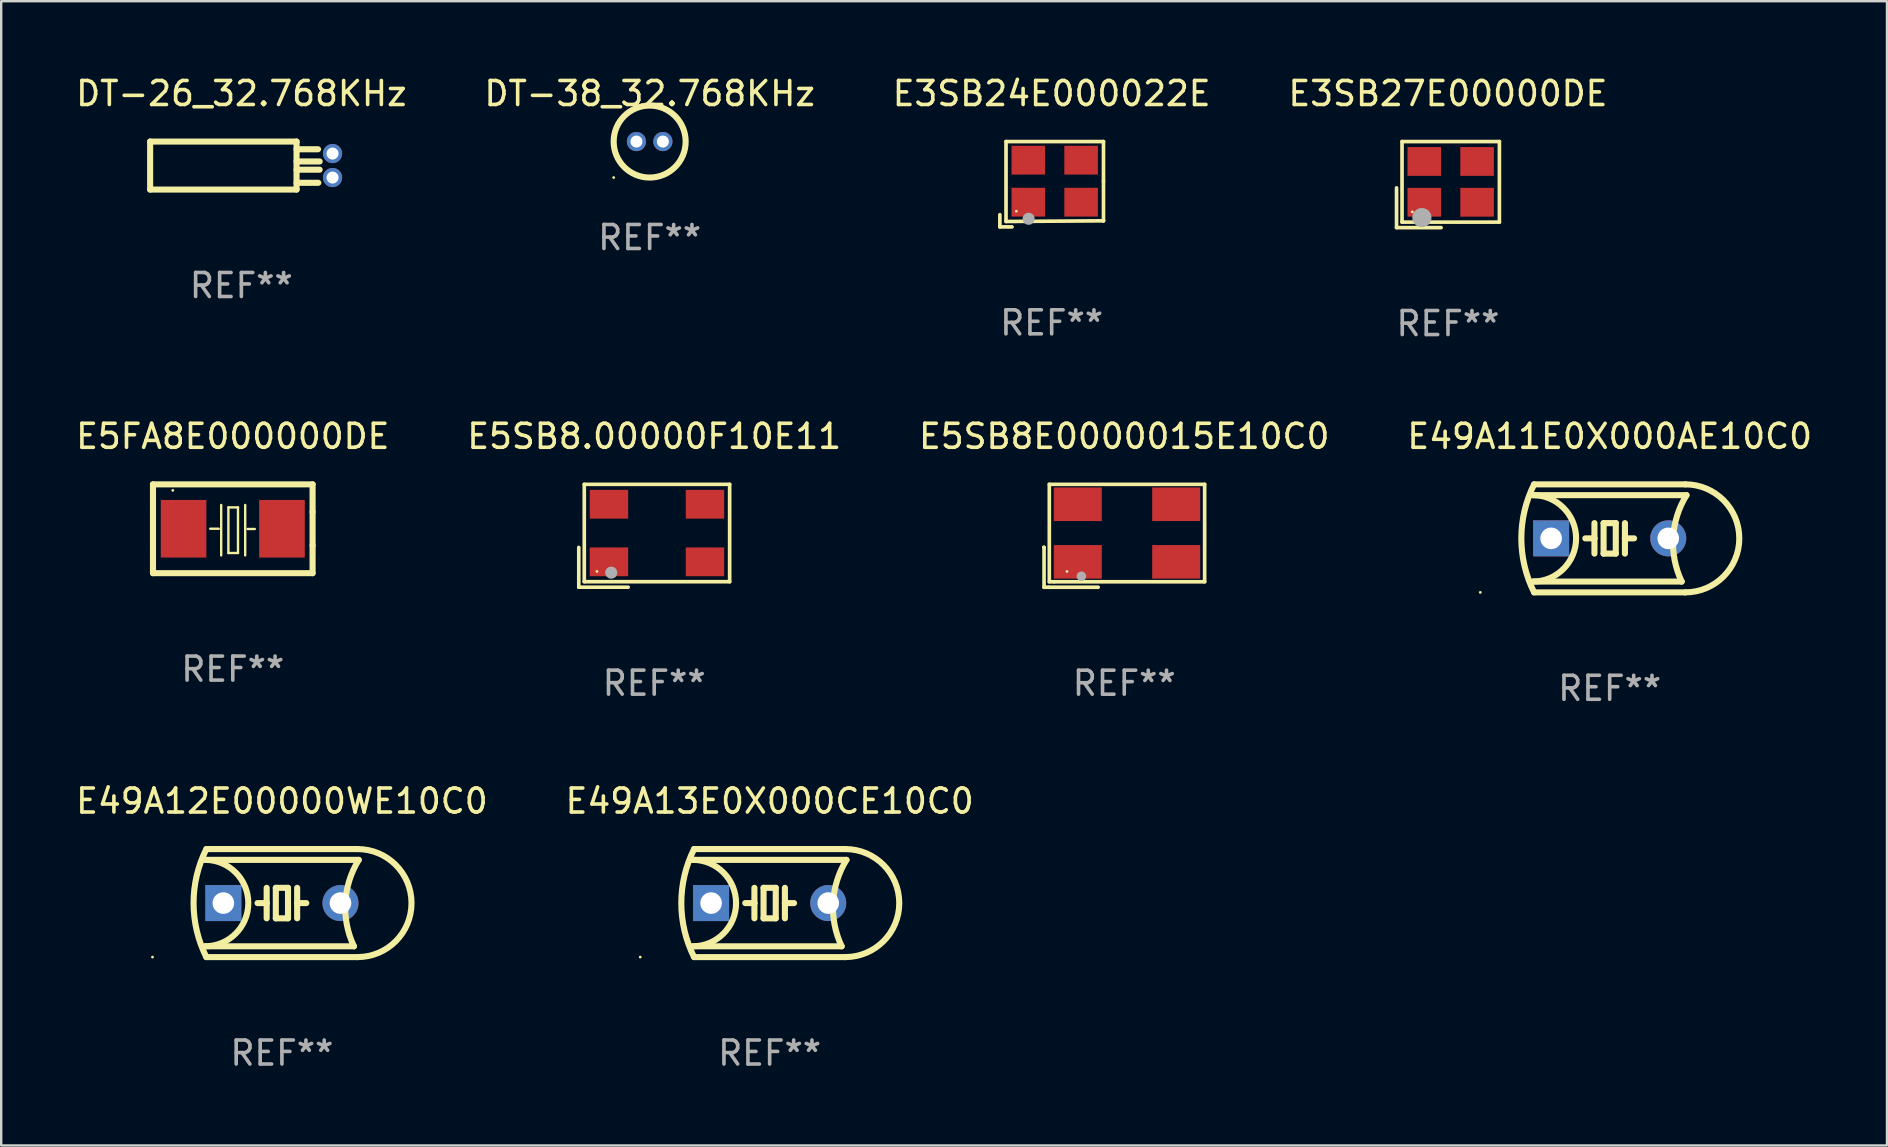
<source format=kicad_pcb>
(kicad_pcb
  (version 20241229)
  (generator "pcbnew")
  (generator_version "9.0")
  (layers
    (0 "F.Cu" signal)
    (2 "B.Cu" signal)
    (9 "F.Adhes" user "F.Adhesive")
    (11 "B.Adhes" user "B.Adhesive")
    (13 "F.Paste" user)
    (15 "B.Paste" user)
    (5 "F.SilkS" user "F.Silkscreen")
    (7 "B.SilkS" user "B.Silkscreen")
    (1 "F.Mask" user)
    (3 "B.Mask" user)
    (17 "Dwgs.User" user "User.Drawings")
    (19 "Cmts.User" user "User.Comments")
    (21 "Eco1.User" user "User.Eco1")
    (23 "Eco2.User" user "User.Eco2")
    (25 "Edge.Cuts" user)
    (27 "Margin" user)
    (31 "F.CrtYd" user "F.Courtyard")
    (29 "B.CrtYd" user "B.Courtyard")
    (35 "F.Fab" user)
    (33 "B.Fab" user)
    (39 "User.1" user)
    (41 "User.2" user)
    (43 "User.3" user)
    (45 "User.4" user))
  (footprint "E3SB27E00000DE"
    (layer "F.Cu")
    (at 57.28 4.641)
    (property "Reference" "E3SB27E00000DE" (at 0 -3.793 0) (layer "F.SilkS") (effects (font (size 1 1) (thickness 0.15))))
    (attr through_hole)
    (fp_line (start -2.143 0.136) (end -2.143 1.793) (stroke (width 0.152) (type solid)) (layer "F.SilkS"))
    (fp_line (start -2.143 1.793) (end -0.286 1.793) (stroke (width 0.152) (type solid)) (layer "F.SilkS"))
    (fp_line (start -1.914 -1.793) (end 2.143 -1.793) (stroke (width 0.152) (type solid)) (layer "F.SilkS"))
    (fp_line (start -1.914 1.564) (end -1.914 -1.793) (stroke (width 0.152) (type solid)) (layer "F.SilkS"))
    (fp_line (start 2.143 -1.793) (end 2.143 1.564) (stroke (width 0.152) (type solid)) (layer "F.SilkS"))
    (fp_line (start 2.143 1.564) (end -1.914 1.564) (stroke (width 0.152) (type solid)) (layer "F.SilkS"))
    (fp_circle (center -1.486 1.136) (end -1.456 1.136) (stroke (width 0.06) (type solid)) (fill no) (layer "F.SilkS"))
    (fp_circle (center -1.086 1.376) (end -0.886 1.376) (stroke (width 0.4) (type solid)) (fill no) (layer "F.Fab"))
    (fp_text user "REF**" (at 0 5.793 0) (layer "F.Fab") (effects (font (size 1 1) (thickness 0.15))))
    (pad "1" smd rect (at -0.986 0.736) (size 1.4 1.2) (layers "F.Cu" "F.Mask" "F.Paste"))
    (pad "2" smd rect (at 1.214 0.736) (size 1.4 1.2) (layers "F.Cu" "F.Mask" "F.Paste"))
    (pad "3" smd rect (at 1.214 -0.964) (size 1.4 1.2) (layers "F.Cu" "F.Mask" "F.Paste"))
    (pad "4" smd rect (at -0.986 -0.964) (size 1.4 1.2) (layers "F.Cu" "F.Mask" "F.Paste")))
  (footprint "E5SB8E0000015E10C0"
    (layer "F.Cu")
    (at 43.792 19.274)
    (property "Reference" "E5SB8E0000015E10C0" (at 0 -4.144 0) (layer "F.SilkS") (effects (font (size 1 1) (thickness 0.15))))
    (attr through_hole)
    (fp_line (start -3.35 0.476) (end -3.341 0.485) (stroke (width 0.152) (type solid)) (layer "F.SilkS"))
    (fp_line (start -3.341 0.485) (end -3.341 2.144) (stroke (width 0.152) (type solid)) (layer "F.SilkS"))
    (fp_line (start -3.341 2.144) (end -3.143 2.144) (stroke (width 0.152) (type solid)) (layer "F.SilkS"))
    (fp_line (start -3.143 2.144) (end -1.085 2.144) (stroke (width 0.152) (type solid)) (layer "F.SilkS"))
    (fp_line (start -3.122 -2.144) (end 3.35 -2.144) (stroke (width 0.152) (type solid)) (layer "F.SilkS"))
    (fp_line (start -3.122 1.915) (end -3.122 -2.144) (stroke (width 0.152) (type solid)) (layer "F.SilkS"))
    (fp_line (start -2.914 1.915) (end -3.122 1.915) (stroke (width 0.152) (type solid)) (layer "F.SilkS"))
    (fp_line (start 3.35 -2.144) (end 3.35 1.915) (stroke (width 0.152) (type solid)) (layer "F.SilkS"))
    (fp_line (start 3.35 1.915) (end -2.914 1.915) (stroke (width 0.152) (type solid)) (layer "F.SilkS"))
    (fp_circle (center -2.386 1.486) (end -2.356 1.486) (stroke (width 0.06) (type solid)) (fill no) (layer "F.SilkS"))
    (fp_circle (center -1.786 1.686) (end -1.686 1.686) (stroke (width 0.2) (type solid)) (fill no) (layer "F.Fab"))
    (fp_text user "REF**" (at 0 6.144 0) (layer "F.Fab") (effects (font (size 1 1) (thickness 0.15))))
    (pad "1" smd rect (at -1.936 1.086) (size 2 1.4) (layers "F.Cu" "F.Mask" "F.Paste"))
    (pad "2" smd rect (at 2.164 1.086) (size 2 1.4) (layers "F.Cu" "F.Mask" "F.Paste"))
    (pad "3" smd rect (at 2.164 -1.314) (size 2 1.4) (layers "F.Cu" "F.Mask" "F.Paste"))
    (pad "4" smd rect (at -1.936 -1.314) (size 2 1.4) (layers "F.Cu" "F.Mask" "F.Paste")))
  (footprint "E5FA8E000000DE"
    (layer "F.Cu")
    (at 6.649 18.981)
    (property "Reference" "E5FA8E000000DE" (at 0 -3.85 0) (layer "F.SilkS") (effects (font (size 1 1) (thickness 0.15))))
    (attr through_hole)
    (fp_line (start -3.325 0.7) (end -3.325 -0.7) (stroke (width 0.254) (type solid)) (layer "F.SilkS"))
    (fp_line (start -3.325 -1.85) (end 3.325 -1.85) (stroke (width 0.254) (type solid)) (layer "F.SilkS"))
    (fp_line (start -3.325 -0.7) (end -3.325 -1.85) (stroke (width 0.254) (type solid)) (layer "F.SilkS"))
    (fp_line (start -3.325 1.85) (end -3.325 0.7) (stroke (width 0.254) (type solid)) (layer "F.SilkS"))
    (fp_line (start -0.94 -0.000127) (end -0.584 -0.000127) (stroke (width 0.1) (type solid)) (layer "F.SilkS"))
    (fp_line (start -0.483 -0.991) (end -0.483 1.109) (stroke (width 0.1) (type solid)) (layer "F.SilkS"))
    (fp_line (start -0.183 -0.891) (end -0.183 1.009) (stroke (width 0.1) (type solid)) (layer "F.SilkS"))
    (fp_line (start -0.183 1.009) (end 0.217 1.009) (stroke (width 0.1) (type solid)) (layer "F.SilkS"))
    (fp_line (start 0.217 -0.891) (end -0.183 -0.891) (stroke (width 0.1) (type solid)) (layer "F.SilkS"))
    (fp_line (start 0.217 1.009) (end 0.217 -0.891) (stroke (width 0.1) (type solid)) (layer "F.SilkS"))
    (fp_line (start 0.517 -0.991) (end 0.517 1.109) (stroke (width 0.1) (type solid)) (layer "F.SilkS"))
    (fp_line (start 0.617 0.009) (end 0.917 0.009) (stroke (width 0.1) (type solid)) (layer "F.SilkS"))
    (fp_line (start 3.325 -1.85) (end 3.325 -0.7) (stroke (width 0.254) (type solid)) (layer "F.SilkS"))
    (fp_line (start 3.325 0.7) (end 3.325 1.85) (stroke (width 0.254) (type solid)) (layer "F.SilkS"))
    (fp_line (start 3.325 1.85) (end -3.325 1.85) (stroke (width 0.254) (type solid)) (layer "F.SilkS"))
    (fp_line (start 3.325 -0.7) (end 3.325 0.7) (stroke (width 0.254) (type solid)) (layer "F.SilkS"))
    (fp_circle (center -2.5 -1.6) (end -2.47 -1.6) (stroke (width 0.06) (type solid)) (fill no) (layer "F.SilkS"))
    (fp_text user "REF**" (at 0 5.85 0) (layer "F.Fab") (effects (font (size 1 1) (thickness 0.15))))
    (pad "1" smd rect (at -2.05 -0.000203) (size 1.9 2.4) (layers "F.Cu" "F.Mask" "F.Paste"))
    (pad "2" smd rect (at 2.05 -0.000203) (size 1.9 2.4) (layers "F.Cu" "F.Mask" "F.Paste")))
  (footprint "E49A12E00000WE10C0"
    (layer "F.Cu")
    (at 8.696 34.577)
    (property "Reference" "E49A12E00000WE10C0" (at 0 -4.25 0) (layer "F.SilkS") (effects (font (size 1 1) (thickness 0.15))))
    (attr through_hole)
    (fp_line (start -3.2 -1.8) (end 3.2 -1.8) (stroke (width 0.254) (type solid)) (layer "F.SilkS"))
    (fp_line (start -3.15 2.25) (end 3.15 2.25) (stroke (width 0.254) (type solid)) (layer "F.SilkS"))
    (fp_line (start -0.635 -0.635) (end -0.635 0) (stroke (width 0.254) (type solid)) (layer "F.SilkS"))
    (fp_line (start -0.635 0) (end -1.016 0) (stroke (width 0.254) (type solid)) (layer "F.SilkS"))
    (fp_line (start -0.635 0) (end -0.635 0.635) (stroke (width 0.254) (type solid)) (layer "F.SilkS"))
    (fp_line (start -0.254 -0.635) (end -0.254 0.635) (stroke (width 0.254) (type solid)) (layer "F.SilkS"))
    (fp_line (start -0.254 0.635) (end 0.254 0.635) (stroke (width 0.254) (type solid)) (layer "F.SilkS"))
    (fp_line (start 0.254 -0.635) (end -0.254 -0.635) (stroke (width 0.254) (type solid)) (layer "F.SilkS"))
    (fp_line (start 0.254 0.635) (end 0.254 -0.635) (stroke (width 0.254) (type solid)) (layer "F.SilkS"))
    (fp_line (start 0.635 -0.635) (end 0.635 0) (stroke (width 0.254) (type solid)) (layer "F.SilkS"))
    (fp_line (start 0.635 0) (end 0.635 0.635) (stroke (width 0.254) (type solid)) (layer "F.SilkS"))
    (fp_line (start 0.635 0) (end 1.016 0) (stroke (width 0.254) (type solid)) (layer "F.SilkS"))
    (fp_line (start 3 1.8) (end -3.2 1.8) (stroke (width 0.254) (type solid)) (layer "F.SilkS"))
    (fp_line (start 3.15 -2.25) (end -3.15 -2.25) (stroke (width 0.254) (type solid)) (layer "F.SilkS"))
    (fp_arc (start -3.200406 -1.800864) (mid -1.399974 -0.000635) (end -3.2 1.8) (stroke (width 0.254001) (type solid)) (layer "F.SilkS"))
    (fp_arc (start -3.149606 2.250444) (mid -3.680941 0.000261) (end -3.149987 -2.250013) (stroke (width 0.254001) (type solid)) (layer "F.SilkS"))
    (fp_arc (start 2.999746 1.800863) (mid 2.642982 -0.024977) (end 3.2 -1.8) (stroke (width 0.254001) (type solid)) (layer "F.SilkS"))
    (fp_arc (start 3.149607 -2.250445) (mid 5.399848 -0.000406) (end 3.149987 2.250013) (stroke (width 0.254001) (type solid)) (layer "F.SilkS"))
    (fp_circle (center -5.392 2.25) (end -5.362 2.25) (stroke (width 0.06) (type solid)) (fill no) (layer "F.SilkS"))
    (fp_text user "REF**" (at 0 6.25 0) (layer "F.Fab") (effects (font (size 1 1) (thickness 0.15))))
    (pad "1" thru_hole rect (at -2.44 0) (size 1.5 1.5) (drill 0.9) (layers "*.Cu" "*.Mask"))
    (pad "2" thru_hole circle (at 2.44 0) (size 1.5 1.5) (drill 0.9) (layers "*.Cu" "*.Mask")))
  (footprint "DT-26_32.768KHz"
    (layer "F.Cu")
    (at 7.006 3.848)
    (property "Reference" "DT-26_32.768KHz" (at 0 -3 0) (layer "F.SilkS") (effects (font (size 1 1) (thickness 0.15))))
    (attr through_hole)
    (fp_line (start -3.8 1) (end -3.8 -1) (stroke (width 0.254) (type solid)) (layer "F.SilkS"))
    (fp_line (start 2.3 -1) (end -3.8 -1) (stroke (width 0.254) (type solid)) (layer "F.SilkS"))
    (fp_line (start 2.3 -1) (end 2.3 1) (stroke (width 0.254) (type solid)) (layer "F.SilkS"))
    (fp_line (start 2.3 -0.679) (end 3.195 -0.679) (stroke (width 0.254) (type solid)) (layer "F.SilkS"))
    (fp_line (start 2.3 -0.171) (end 3.262 -0.171) (stroke (width 0.254) (type solid)) (layer "F.SilkS"))
    (fp_line (start 2.3 0.172) (end 3.261 0.172) (stroke (width 0.254) (type solid)) (layer "F.SilkS"))
    (fp_line (start 2.3 0.718) (end 3.208 0.718) (stroke (width 0.254) (type solid)) (layer "F.SilkS"))
    (fp_line (start 2.3 1) (end -3.8 1) (stroke (width 0.254) (type solid)) (layer "F.SilkS"))
    (fp_circle (center -3.8 -1) (end -3.77 -1) (stroke (width 0.06) (type solid)) (fill no) (layer "F.SilkS"))
    (fp_text user "REF**" (at 0 5 0) (layer "F.Fab") (effects (font (size 1 1) (thickness 0.15))))
    (pad "1" thru_hole circle (at 3.8 -0.5) (size 0.8 0.8) (drill 0.5) (layers "*.Cu" "*.Mask"))
    (pad "2" thru_hole circle (at 3.8 0.5) (size 0.8 0.8) (drill 0.5) (layers "*.Cu" "*.Mask")))
  (footprint "E49A11E0X000AE10C0"
    (layer "F.Cu")
    (at 64.018 19.381)
    (property "Reference" "E49A11E0X000AE10C0" (at 0 -4.25 0) (layer "F.SilkS") (effects (font (size 1 1) (thickness 0.15))))
    (attr through_hole)
    (fp_line (start -3.2 -1.8) (end 3.2 -1.8) (stroke (width 0.254) (type solid)) (layer "F.SilkS"))
    (fp_line (start -3.15 2.25) (end 3.15 2.25) (stroke (width 0.254) (type solid)) (layer "F.SilkS"))
    (fp_line (start -0.635 -0.635) (end -0.635 0) (stroke (width 0.254) (type solid)) (layer "F.SilkS"))
    (fp_line (start -0.635 0) (end -1.016 0) (stroke (width 0.254) (type solid)) (layer "F.SilkS"))
    (fp_line (start -0.635 0) (end -0.635 0.635) (stroke (width 0.254) (type solid)) (layer "F.SilkS"))
    (fp_line (start -0.254 -0.635) (end -0.254 0.635) (stroke (width 0.254) (type solid)) (layer "F.SilkS"))
    (fp_line (start -0.254 0.635) (end 0.254 0.635) (stroke (width 0.254) (type solid)) (layer "F.SilkS"))
    (fp_line (start 0.254 -0.635) (end -0.254 -0.635) (stroke (width 0.254) (type solid)) (layer "F.SilkS"))
    (fp_line (start 0.254 0.635) (end 0.254 -0.635) (stroke (width 0.254) (type solid)) (layer "F.SilkS"))
    (fp_line (start 0.635 -0.635) (end 0.635 0) (stroke (width 0.254) (type solid)) (layer "F.SilkS"))
    (fp_line (start 0.635 0) (end 0.635 0.635) (stroke (width 0.254) (type solid)) (layer "F.SilkS"))
    (fp_line (start 0.635 0) (end 1.016 0) (stroke (width 0.254) (type solid)) (layer "F.SilkS"))
    (fp_line (start 3 1.8) (end -3.2 1.8) (stroke (width 0.254) (type solid)) (layer "F.SilkS"))
    (fp_line (start 3.15 -2.25) (end -3.15 -2.25) (stroke (width 0.254) (type solid)) (layer "F.SilkS"))
    (fp_arc (start -3.200406 -1.800864) (mid -1.399974 -0.000635) (end -3.2 1.8) (stroke (width 0.254001) (type solid)) (layer "F.SilkS"))
    (fp_arc (start -3.149606 2.250444) (mid -3.680941 0.000261) (end -3.149987 -2.250013) (stroke (width 0.254001) (type solid)) (layer "F.SilkS"))
    (fp_arc (start 2.999746 1.800863) (mid 2.642982 -0.024977) (end 3.2 -1.8) (stroke (width 0.254001) (type solid)) (layer "F.SilkS"))
    (fp_arc (start 3.149607 -2.250445) (mid 5.399848 -0.000406) (end 3.149987 2.250013) (stroke (width 0.254001) (type solid)) (layer "F.SilkS"))
    (fp_circle (center -5.392 2.25) (end -5.362 2.25) (stroke (width 0.06) (type solid)) (fill no) (layer "F.SilkS"))
    (fp_text user "REF**" (at 0 6.25 0) (layer "F.Fab") (effects (font (size 1 1) (thickness 0.15))))
    (pad "1" thru_hole rect (at -2.44 0) (size 1.5 1.5) (drill 0.9) (layers "*.Cu" "*.Mask"))
    (pad "2" thru_hole circle (at 2.44 0) (size 1.5 1.5) (drill 0.9) (layers "*.Cu" "*.Mask")))
  (footprint "E5SB8.00000F10E11"
    (layer "F.Cu")
    (at 24.208 19.273)
    (property "Reference" "E5SB8.00000F10E11" (at 0 -4.143 0) (layer "F.SilkS") (effects (font (size 1 1) (thickness 0.15))))
    (attr through_hole)
    (fp_line (start -3.143 0.486) (end -3.143 2.143) (stroke (width 0.152) (type solid)) (layer "F.SilkS"))
    (fp_line (start -3.143 2.143) (end -1.086 2.143) (stroke (width 0.152) (type solid)) (layer "F.SilkS"))
    (fp_line (start -2.914 -2.143) (end 3.143 -2.143) (stroke (width 0.152) (type solid)) (layer "F.SilkS"))
    (fp_line (start -2.914 1.914) (end -2.914 -2.143) (stroke (width 0.152) (type solid)) (layer "F.SilkS"))
    (fp_line (start 3.143 -2.143) (end 3.143 1.914) (stroke (width 0.152) (type solid)) (layer "F.SilkS"))
    (fp_line (start 3.143 1.914) (end -2.914 1.914) (stroke (width 0.152) (type solid)) (layer "F.SilkS"))
    (fp_circle (center -2.386 1.486) (end -2.356 1.486) (stroke (width 0.06) (type solid)) (fill no) (layer "F.SilkS"))
    (fp_circle (center -1.791 1.537) (end -1.664 1.537) (stroke (width 0.254) (type solid)) (fill no) (layer "F.Fab"))
    (fp_text user "REF**" (at 0 6.143 0) (layer "F.Fab") (effects (font (size 1 1) (thickness 0.15))))
    (pad "1" smd rect (at -1.886 1.086) (size 1.6 1.2) (layers "F.Cu" "F.Mask" "F.Paste"))
    (pad "2" smd rect (at 2.114 1.086) (size 1.6 1.2) (layers "F.Cu" "F.Mask" "F.Paste"))
    (pad "3" smd rect (at 2.114 -1.314) (size 1.6 1.2) (layers "F.Cu" "F.Mask" "F.Paste"))
    (pad "4" smd rect (at -1.886 -1.314) (size 1.6 1.2) (layers "F.Cu" "F.Mask" "F.Paste")))
  (footprint "E49A13E0X000CE10C0"
    (layer "F.Cu")
    (at 29.018 34.577)
    (property "Reference" "E49A13E0X000CE10C0" (at 0 -4.25 0) (layer "F.SilkS") (effects (font (size 1 1) (thickness 0.15))))
    (attr through_hole)
    (fp_line (start -3.2 -1.8) (end 3.2 -1.8) (stroke (width 0.254) (type solid)) (layer "F.SilkS"))
    (fp_line (start -3.15 2.25) (end 3.15 2.25) (stroke (width 0.254) (type solid)) (layer "F.SilkS"))
    (fp_line (start -0.635 -0.635) (end -0.635 0) (stroke (width 0.254) (type solid)) (layer "F.SilkS"))
    (fp_line (start -0.635 0) (end -1.016 0) (stroke (width 0.254) (type solid)) (layer "F.SilkS"))
    (fp_line (start -0.635 0) (end -0.635 0.635) (stroke (width 0.254) (type solid)) (layer "F.SilkS"))
    (fp_line (start -0.254 -0.635) (end -0.254 0.635) (stroke (width 0.254) (type solid)) (layer "F.SilkS"))
    (fp_line (start -0.254 0.635) (end 0.254 0.635) (stroke (width 0.254) (type solid)) (layer "F.SilkS"))
    (fp_line (start 0.254 -0.635) (end -0.254 -0.635) (stroke (width 0.254) (type solid)) (layer "F.SilkS"))
    (fp_line (start 0.254 0.635) (end 0.254 -0.635) (stroke (width 0.254) (type solid)) (layer "F.SilkS"))
    (fp_line (start 0.635 -0.635) (end 0.635 0) (stroke (width 0.254) (type solid)) (layer "F.SilkS"))
    (fp_line (start 0.635 0) (end 0.635 0.635) (stroke (width 0.254) (type solid)) (layer "F.SilkS"))
    (fp_line (start 0.635 0) (end 1.016 0) (stroke (width 0.254) (type solid)) (layer "F.SilkS"))
    (fp_line (start 3 1.8) (end -3.2 1.8) (stroke (width 0.254) (type solid)) (layer "F.SilkS"))
    (fp_line (start 3.15 -2.25) (end -3.15 -2.25) (stroke (width 0.254) (type solid)) (layer "F.SilkS"))
    (fp_arc (start -3.200406 -1.800864) (mid -1.399974 -0.000635) (end -3.2 1.8) (stroke (width 0.254001) (type solid)) (layer "F.SilkS"))
    (fp_arc (start -3.149606 2.250444) (mid -3.680941 0.000261) (end -3.149987 -2.250013) (stroke (width 0.254001) (type solid)) (layer "F.SilkS"))
    (fp_arc (start 2.999746 1.800863) (mid 2.642982 -0.024977) (end 3.2 -1.8) (stroke (width 0.254001) (type solid)) (layer "F.SilkS"))
    (fp_arc (start 3.149607 -2.250445) (mid 5.399848 -0.000406) (end 3.149987 2.250013) (stroke (width 0.254001) (type solid)) (layer "F.SilkS"))
    (fp_circle (center -5.392 2.25) (end -5.362 2.25) (stroke (width 0.06) (type solid)) (fill no) (layer "F.SilkS"))
    (fp_text user "REF**" (at 0 6.25 0) (layer "F.Fab") (effects (font (size 1 1) (thickness 0.15))))
    (pad "1" thru_hole rect (at -2.44 0) (size 1.5 1.5) (drill 0.9) (layers "*.Cu" "*.Mask"))
    (pad "2" thru_hole circle (at 2.44 0) (size 1.5 1.5) (drill 0.9) (layers "*.Cu" "*.Mask")))
  (footprint "DT-38_32.768KHz"
    (layer "F.Cu")
    (at 24.018 2.848)
    (property "Reference" "DT-38_32.768KHz" (at 0 -2 0) (layer "F.SilkS") (effects (font (size 1 1) (thickness 0.15))))
    (attr through_hole)
    (fp_circle (center -1.5 1.5) (end -1.47 1.5) (stroke (width 0.06) (type solid)) (fill no) (layer "F.SilkS"))
    (fp_circle (center 0 0) (end 1.5 0) (stroke (width 0.254) (type solid)) (fill no) (layer "F.SilkS"))
    (fp_text user "REF**" (at 0 4 0) (layer "F.Fab") (effects (font (size 1 1) (thickness 0.15))))
    (pad "1" thru_hole circle (at -0.55 0) (size 0.8 0.8) (drill 0.5) (layers "*.Cu" "*.Mask"))
    (pad "2" thru_hole circle (at 0.55 0) (size 0.8 0.8) (drill 0.5) (layers "*.Cu" "*.Mask")))
  (footprint "E3SB24E000022E"
    (layer "F.Cu")
    (at 40.768 4.626)
    (property "Reference" "E3SB24E000022E" (at 0 -3.778 0) (layer "F.SilkS") (effects (font (size 1 1) (thickness 0.15))))
    (attr through_hole)
    (fp_line (start -2.159 1.27) (end -2.159 1.778) (stroke (width 0.152) (type solid)) (layer "F.SilkS"))
    (fp_line (start -2.159 1.778) (end -1.651 1.778) (stroke (width 0.152) (type solid)) (layer "F.SilkS"))
    (fp_line (start -1.902 -1.778) (end 2.159 -1.778) (stroke (width 0.152) (type solid)) (layer "F.SilkS"))
    (fp_line (start -1.902 1.552) (end -1.902 -1.778) (stroke (width 0.152) (type solid)) (layer "F.SilkS"))
    (fp_line (start 2.159 -1.778) (end 2.159 -0.127) (stroke (width 0.152) (type solid)) (layer "F.SilkS"))
    (fp_line (start 2.159 -0.127) (end 2.159 1.524) (stroke (width 0.152) (type solid)) (layer "F.SilkS"))
    (fp_line (start 2.159 1.524) (end -1.902 1.552) (stroke (width 0.152) (type solid)) (layer "F.SilkS"))
    (fp_line (start 2.159 1.524) (end 2.159 1.524) (stroke (width 0.152) (type solid)) (layer "F.SilkS"))
    (fp_circle (center -1.473 1.123) (end -1.443 1.123) (stroke (width 0.06) (type solid)) (fill no) (layer "F.SilkS"))
    (fp_circle (center -0.961 1.44) (end -0.834 1.44) (stroke (width 0.254) (type solid)) (fill no) (layer "F.Fab"))
    (fp_text user "REF**" (at 0 5.778 0) (layer "F.Fab") (effects (font (size 1 1) (thickness 0.15))))
    (pad "1" smd rect (at -0.973 0.748) (size 1.4 1.2) (layers "F.Cu" "F.Mask" "F.Paste"))
    (pad "2" smd rect (at 1.227 0.748) (size 1.4 1.2) (layers "F.Cu" "F.Mask" "F.Paste"))
    (pad "3" smd rect (at 1.227 -1.002) (size 1.4 1.2) (layers "F.Cu" "F.Mask" "F.Paste"))
    (pad "4" smd rect (at -0.973 -1.002) (size 1.4 1.2) (layers "F.Cu" "F.Mask" "F.Paste")))
  (gr_rect
    (start -3 -3)
    (end 75.571 44.675)
    (stroke (width 0.1) (type default))
    (fill no)
    (layer "Edge.Cuts")))
</source>
